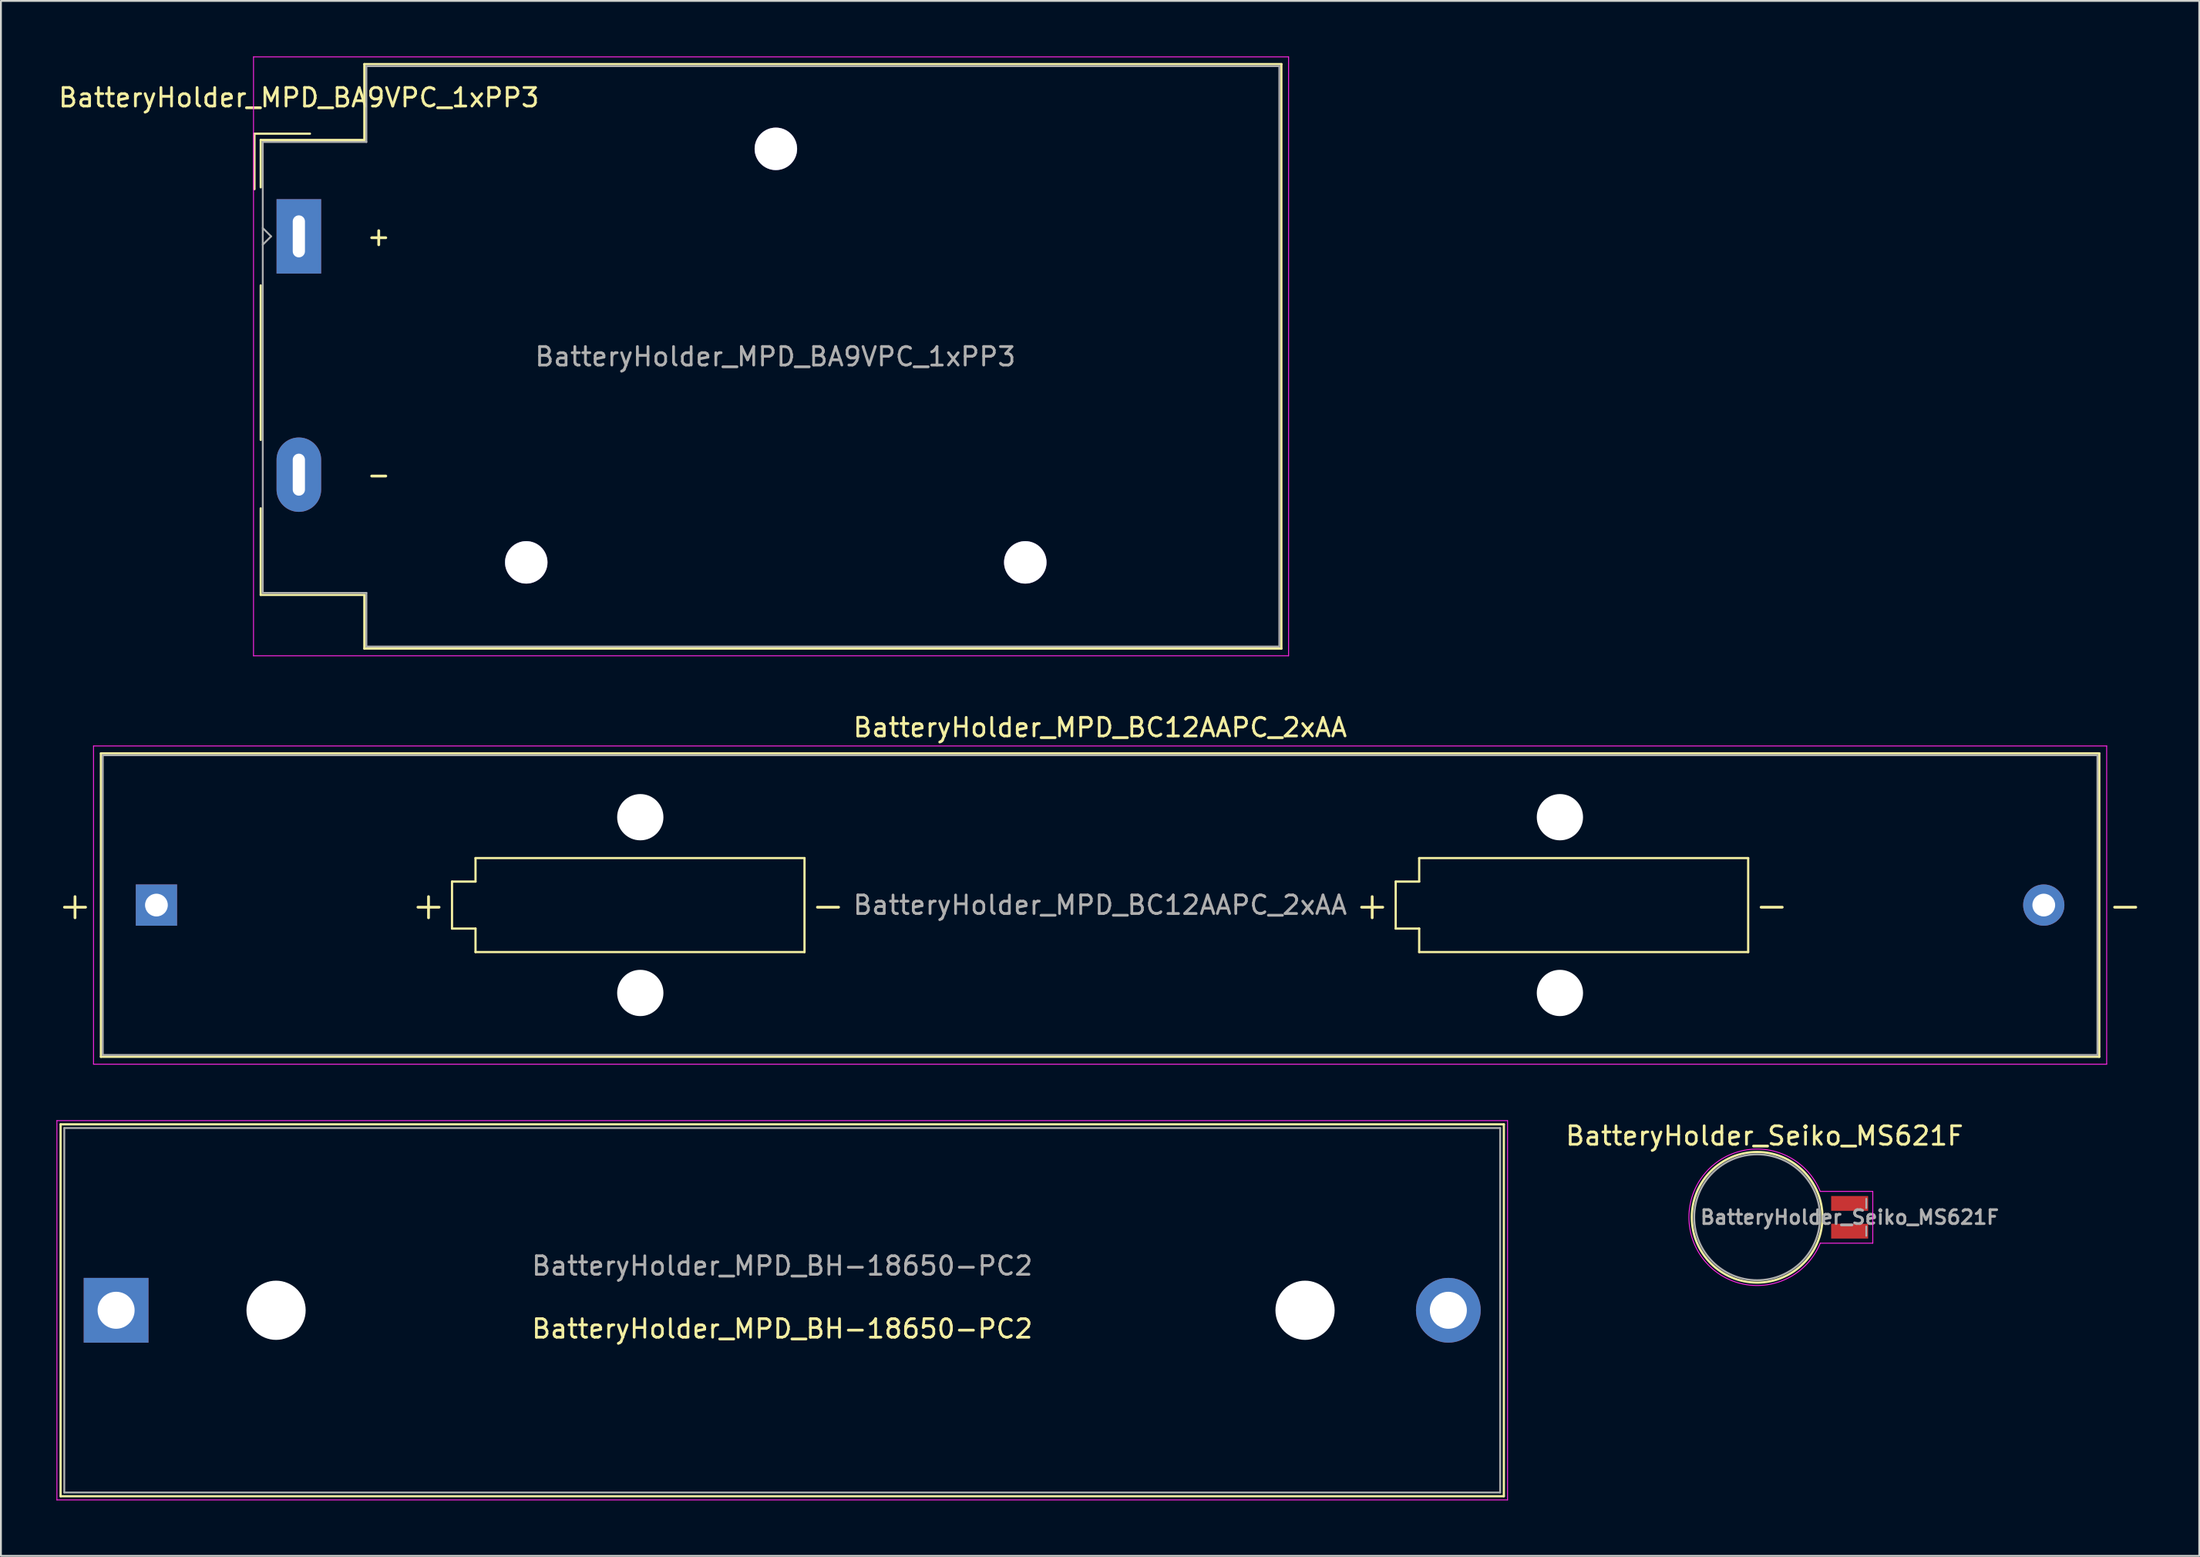
<source format=kicad_pcb>
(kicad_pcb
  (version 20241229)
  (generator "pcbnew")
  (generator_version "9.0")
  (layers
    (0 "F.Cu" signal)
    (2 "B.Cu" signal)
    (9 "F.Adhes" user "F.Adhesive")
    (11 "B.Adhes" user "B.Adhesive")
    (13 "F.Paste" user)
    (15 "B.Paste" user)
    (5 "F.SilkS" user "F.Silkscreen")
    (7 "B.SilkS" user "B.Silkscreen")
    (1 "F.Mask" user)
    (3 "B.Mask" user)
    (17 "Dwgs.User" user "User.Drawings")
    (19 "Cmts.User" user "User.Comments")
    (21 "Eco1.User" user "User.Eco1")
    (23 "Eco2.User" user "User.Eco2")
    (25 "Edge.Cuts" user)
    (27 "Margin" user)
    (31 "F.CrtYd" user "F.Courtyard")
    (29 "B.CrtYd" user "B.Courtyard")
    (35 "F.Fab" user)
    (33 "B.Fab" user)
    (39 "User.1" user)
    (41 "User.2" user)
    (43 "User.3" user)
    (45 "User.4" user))
  (footprint "BatteryHolder_MPD_BC12AAPC_2xAA"
    (layer "F.Cu")
    (at 5.404 45.868)
    (property "Reference" "BatteryHolder_MPD_BC12AAPC_2xAA" (at 51 -9.6 0) (layer "F.SilkS") (effects (font (size 1 1) (thickness 0.15))))
    (attr through_hole)
    (fp_line (start -3 -8.2) (end -3 8.2) (stroke (width 0.12) (type solid)) (layer "F.SilkS"))
    (fp_line (start -3 8.2) (end 105 8.2) (stroke (width 0.12) (type solid)) (layer "F.SilkS"))
    (fp_line (start 15.975 -1.27) (end 17.245 -1.27) (stroke (width 0.12) (type solid)) (layer "F.SilkS"))
    (fp_line (start 15.975 1.27) (end 15.975 -1.27) (stroke (width 0.12) (type solid)) (layer "F.SilkS"))
    (fp_line (start 17.245 -2.54) (end 35.025 -2.54) (stroke (width 0.12) (type solid)) (layer "F.SilkS"))
    (fp_line (start 17.245 -1.27) (end 17.245 -2.54) (stroke (width 0.12) (type solid)) (layer "F.SilkS"))
    (fp_line (start 17.245 1.27) (end 15.975 1.27) (stroke (width 0.12) (type solid)) (layer "F.SilkS"))
    (fp_line (start 17.245 2.54) (end 17.245 1.27) (stroke (width 0.12) (type solid)) (layer "F.SilkS"))
    (fp_line (start 35.025 -2.54) (end 35.025 2.54) (stroke (width 0.12) (type solid)) (layer "F.SilkS"))
    (fp_line (start 35.025 2.54) (end 17.245 2.54) (stroke (width 0.12) (type solid)) (layer "F.SilkS"))
    (fp_line (start 66.975 -1.27) (end 68.245 -1.27) (stroke (width 0.12) (type solid)) (layer "F.SilkS"))
    (fp_line (start 66.975 1.27) (end 66.975 -1.27) (stroke (width 0.12) (type solid)) (layer "F.SilkS"))
    (fp_line (start 68.245 -2.54) (end 86.025 -2.54) (stroke (width 0.12) (type solid)) (layer "F.SilkS"))
    (fp_line (start 68.245 -1.27) (end 68.245 -2.54) (stroke (width 0.12) (type solid)) (layer "F.SilkS"))
    (fp_line (start 68.245 1.27) (end 66.975 1.27) (stroke (width 0.12) (type solid)) (layer "F.SilkS"))
    (fp_line (start 68.245 2.54) (end 68.245 1.27) (stroke (width 0.12) (type solid)) (layer "F.SilkS"))
    (fp_line (start 86.025 -2.54) (end 86.025 2.54) (stroke (width 0.12) (type solid)) (layer "F.SilkS"))
    (fp_line (start 86.025 2.54) (end 68.245 2.54) (stroke (width 0.12) (type solid)) (layer "F.SilkS"))
    (fp_line (start 105 -8.2) (end -3 -8.2) (stroke (width 0.12) (type solid)) (layer "F.SilkS"))
    (fp_line (start 105 8.2) (end 105 -8.2) (stroke (width 0.12) (type solid)) (layer "F.SilkS"))
    (fp_line (start -3.4 -8.6) (end -3.4 8.6) (stroke (width 0.05) (type solid)) (layer "F.CrtYd"))
    (fp_line (start -3.4 8.6) (end 105.4 8.6) (stroke (width 0.05) (type solid)) (layer "F.CrtYd"))
    (fp_line (start 105.4 -8.6) (end -3.4 -8.6) (stroke (width 0.05) (type solid)) (layer "F.CrtYd"))
    (fp_line (start 105.4 8.6) (end 105.4 -8.6) (stroke (width 0.05) (type solid)) (layer "F.CrtYd"))
    (fp_line (start -2.9 -8.1) (end -2.9 8.1) (stroke (width 0.1) (type solid)) (layer "F.Fab"))
    (fp_line (start -2.9 8.1) (end 104.9 8.1) (stroke (width 0.1) (type solid)) (layer "F.Fab"))
    (fp_line (start 104.9 -8.1) (end -2.9 -8.1) (stroke (width 0.1) (type solid)) (layer "F.Fab"))
    (fp_line (start 104.9 8.1) (end 104.9 -8.1) (stroke (width 0.1) (type solid)) (layer "F.Fab"))
    (fp_text user "-" (at 106.4 0 0) (layer "F.SilkS") (effects (font (size 1.5 1.5) (thickness 0.15))))
    (fp_text user "+" (at 65.705 0 0) (layer "F.SilkS") (effects (font (size 1.5 1.5) (thickness 0.15))))
    (fp_text user "+" (at 14.705 0 0) (layer "F.SilkS") (effects (font (size 1.5 1.5) (thickness 0.15))))
    (fp_text user "-" (at 36.295 0 0) (layer "F.SilkS") (effects (font (size 1.5 1.5) (thickness 0.15))))
    (fp_text user "+" (at -4.4 0 0) (layer "F.SilkS") (effects (font (size 1.5 1.5) (thickness 0.15))))
    (fp_text user "-" (at 87.295 0 0) (layer "F.SilkS") (effects (font (size 1.5 1.5) (thickness 0.15))))
    (fp_text user "${REFERENCE}" (at 51 0 0) (layer "F.Fab") (effects (font (size 1 1) (thickness 0.15))))
    (pad "" np_thru_hole circle (at 26.15 -4.75) (size 2.5 2.5) (drill 2.5) (layers "*.Cu" "*.Mask"))
    (pad "" np_thru_hole circle (at 26.15 4.75) (size 2.5 2.5) (drill 2.5) (layers "*.Cu" "*.Mask"))
    (pad "" np_thru_hole circle (at 75.85 -4.75) (size 2.5 2.5) (drill 2.5) (layers "*.Cu" "*.Mask"))
    (pad "" np_thru_hole circle (at 75.85 4.75) (size 2.5 2.5) (drill 2.5) (layers "*.Cu" "*.Mask"))
    (pad "1" thru_hole rect (at 0 0) (size 2.23 2.23) (drill 1.23) (layers "*.Cu" "*.Mask"))
    (pad "2" thru_hole circle (at 102 0) (size 2.23 2.23) (drill 1.23) (layers "*.Cu" "*.Mask")))
  (footprint "BatteryHolder_MPD_BH-18650-PC2"
    (layer "F.Cu")
    (at 3.225 67.768)
    (property "Reference" "BatteryHolder_MPD_BH-18650-PC2" (at 36 1 0) (layer "F.SilkS") (effects (font (size 1 1) (thickness 0.15))))
    (attr through_hole)
    (fp_line (start -3 -10.05) (end 75 -10.05) (stroke (width 0.12) (type solid)) (layer "F.SilkS"))
    (fp_line (start -3 10.05) (end -3 -10.05) (stroke (width 0.12) (type solid)) (layer "F.SilkS"))
    (fp_line (start 75 -10.05) (end 75 10.05) (stroke (width 0.12) (type solid)) (layer "F.SilkS"))
    (fp_line (start 75 10.05) (end -3 10.05) (stroke (width 0.12) (type solid)) (layer "F.SilkS"))
    (fp_line (start -3.2 -10.25) (end 75.2 -10.25) (stroke (width 0.05) (type solid)) (layer "F.CrtYd"))
    (fp_line (start -3.2 10.25) (end -3.2 -10.25) (stroke (width 0.05) (type solid)) (layer "F.CrtYd"))
    (fp_line (start 75.2 -10.25) (end 75.2 10.25) (stroke (width 0.05) (type solid)) (layer "F.CrtYd"))
    (fp_line (start 75.2 10.25) (end -3.2 10.25) (stroke (width 0.05) (type solid)) (layer "F.CrtYd"))
    (fp_line (start -2.8 -9.85) (end 74.8 -9.85) (stroke (width 0.1) (type solid)) (layer "F.Fab"))
    (fp_line (start -2.8 9.85) (end -2.8 -9.85) (stroke (width 0.1) (type solid)) (layer "F.Fab"))
    (fp_line (start 74.8 -9.85) (end 74.8 9.85) (stroke (width 0.1) (type solid)) (layer "F.Fab"))
    (fp_line (start 74.8 9.85) (end -2.8 9.85) (stroke (width 0.1) (type solid)) (layer "F.Fab"))
    (fp_text user "${REFERENCE}" (at 36 -2.4 0) (layer "F.Fab") (effects (font (size 1 1) (thickness 0.15))))
    (pad "" np_thru_hole circle (at 8.645 0) (size 3.2 3.2) (drill 3.2) (layers "*.Cu" "*.Mask"))
    (pad "" np_thru_hole circle (at 64.255 0) (size 3.2 3.2) (drill 3.2) (layers "*.Cu" "*.Mask"))
    (pad "1" thru_hole rect (at 0 0) (size 3.5 3.5) (drill 2) (layers "*.Cu" "*.Mask"))
    (pad "2" thru_hole circle (at 72 0) (size 3.5 3.5) (drill 2) (layers "*.Cu" "*.Mask")))
  (footprint "BatteryHolder_MPD_BA9VPC_1xPP3"
    (layer "F.Cu")
    (at 13.101 9.725)
    (property "Reference" "BatteryHolder_MPD_BA9VPC_1xPP3" (at 0 -7.5 0) (layer "F.SilkS") (effects (font (size 1 1) (thickness 0.15))))
    (attr through_hole)
    (fp_line (start -2.4 -5.55) (end -2.4 -2.55) (stroke (width 0.12) (type solid)) (layer "F.SilkS"))
    (fp_line (start -2.4 -5.55) (end 0.6 -5.55) (stroke (width 0.12) (type solid)) (layer "F.SilkS"))
    (fp_line (start -2.06 -5.21) (end -2.06 -2.65) (stroke (width 0.12) (type solid)) (layer "F.SilkS"))
    (fp_line (start -2.06 2.65) (end -2.06 11) (stroke (width 0.12) (type solid)) (layer "F.SilkS"))
    (fp_line (start -2.06 19.38) (end -2.06 14.7) (stroke (width 0.12) (type solid)) (layer "F.SilkS"))
    (fp_line (start 3.54 -9.31) (end 3.54 -5.21) (stroke (width 0.12) (type solid)) (layer "F.SilkS"))
    (fp_line (start 3.54 -5.21) (end -2.06 -5.21) (stroke (width 0.12) (type solid)) (layer "F.SilkS"))
    (fp_line (start 3.54 19.38) (end -2.06 19.38) (stroke (width 0.12) (type solid)) (layer "F.SilkS"))
    (fp_line (start 3.54 22.28) (end 3.54 19.38) (stroke (width 0.12) (type solid)) (layer "F.SilkS"))
    (fp_line (start 53.1 -9.31) (end 3.54 -9.31) (stroke (width 0.12) (type solid)) (layer "F.SilkS"))
    (fp_line (start 53.1 22.28) (end 3.54 22.28) (stroke (width 0.12) (type solid)) (layer "F.SilkS"))
    (fp_line (start 53.1 22.28) (end 53.1 -9.31) (stroke (width 0.12) (type solid)) (layer "F.SilkS"))
    (fp_line (start -2.45 -9.7) (end -2.45 22.67) (stroke (width 0.05) (type solid)) (layer "F.CrtYd"))
    (fp_line (start -2.45 -9.7) (end 53.49 -9.7) (stroke (width 0.05) (type solid)) (layer "F.CrtYd"))
    (fp_line (start -2.45 22.67) (end 53.49 22.67) (stroke (width 0.05) (type solid)) (layer "F.CrtYd"))
    (fp_line (start 53.49 22.67) (end 53.49 -9.7) (stroke (width 0.05) (type solid)) (layer "F.CrtYd"))
    (fp_line (start -1.95 0.45) (end -1.5 0) (stroke (width 0.1) (type solid)) (layer "F.Fab"))
    (fp_line (start -1.95 19.27) (end -1.95 -5.1) (stroke (width 0.1) (type solid)) (layer "F.Fab"))
    (fp_line (start -1.5 0) (end -1.95 -0.45) (stroke (width 0.1) (type solid)) (layer "F.Fab"))
    (fp_line (start 3.65 -9.2) (end 52.99 -9.2) (stroke (width 0.1) (type solid)) (layer "F.Fab"))
    (fp_line (start 3.65 -5.1) (end -1.95 -5.1) (stroke (width 0.1) (type solid)) (layer "F.Fab"))
    (fp_line (start 3.65 -5.1) (end 3.65 -9.2) (stroke (width 0.1) (type solid)) (layer "F.Fab"))
    (fp_line (start 3.65 19.27) (end -1.95 19.27) (stroke (width 0.1) (type solid)) (layer "F.Fab"))
    (fp_line (start 3.65 22.17) (end 3.65 19.27) (stroke (width 0.1) (type solid)) (layer "F.Fab"))
    (fp_line (start 3.65 22.17) (end 52.99 22.17) (stroke (width 0.1) (type solid)) (layer "F.Fab"))
    (fp_line (start 52.99 22.17) (end 52.99 -9.2) (stroke (width 0.1) (type solid)) (layer "F.Fab"))
    (fp_text user "-" (at 3.6 12.88 0) (layer "F.SilkS") (effects (font (size 1 1) (thickness 0.15)) (justify left)))
    (fp_text user "+" (at 3.6 0 0) (layer "F.SilkS") (effects (font (size 1 1) (thickness 0.15)) (justify left)))
    (fp_text user "${REFERENCE}" (at 25.75 6.5 0) (layer "F.Fab") (effects (font (size 1 1) (thickness 0.15))))
    (pad "" np_thru_hole circle (at 12.29 17.62) (size 2.3 2.3) (drill 2.29) (layers "*.Cu" "*.Mask"))
    (pad "" np_thru_hole circle (at 25.78 -4.73) (size 2.3 2.3) (drill 2.29) (layers "*.Cu" "*.Mask"))
    (pad "" np_thru_hole circle (at 39.26 17.62) (size 2.3 2.3) (drill 2.29) (layers "*.Cu" "*.Mask"))
    (pad "1" thru_hole rect (at 0 0) (size 2.41 4.02) (drill oval 0.66 2.27) (layers "*.Cu" "*.Mask"))
    (pad "2" thru_hole oval (at 0 12.88) (size 2.41 4.02) (drill oval 0.66 2.27) (layers "*.Cu" "*.Mask")))
  (footprint "BatteryHolder_Seiko_MS621F"
    (layer "F.Cu")
    (at 96.913 62.742)
    (property "Reference" "BatteryHolder_Seiko_MS621F" (at -4.6 -4.4 0) (layer "F.SilkS") (effects (font (size 1 1) (thickness 0.15))))
    (attr smd)
    (fp_circle (center -5 0) (end -1.47 0) (stroke (width 0.12) (type solid)) (fill no) (layer "F.SilkS"))
    (fp_line (start -1.59 -1.4) (end 1.25 -1.4) (stroke (width 0.05) (type solid)) (layer "F.CrtYd"))
    (fp_line (start 1.25 -1.4) (end 1.25 1.4) (stroke (width 0.05) (type solid)) (layer "F.CrtYd"))
    (fp_line (start 1.25 1.4) (end -1.59 1.4) (stroke (width 0.05) (type solid)) (layer "F.CrtYd"))
    (fp_arc (start -1.59 1.4) (mid -8.686204 0.001869) (end -1.591421 -1.403457) (stroke (width 0.05) (type solid)) (layer "F.CrtYd"))
    (fp_line (start 0.9 -1) (end 0.9 -0.5) (stroke (width 0.1) (type solid)) (layer "F.Fab"))
    (fp_line (start 0.9 0.5) (end 0.9 1) (stroke (width 0.1) (type solid)) (layer "F.Fab"))
    (fp_circle (center -5 0) (end -1.6 0) (stroke (width 0.1) (type solid)) (fill no) (layer "F.Fab"))
    (fp_text user "${REFERENCE}" (at 0 0 0) (layer "F.Fab") (effects (font (size 0.75 0.75) (thickness 0.15))))
    (pad "1" smd rect (at 0 -0.75) (size 2 0.8) (layers "F.Cu" "F.Mask" "F.Paste"))
    (pad "2" smd rect (at 0 0.75) (size 2 0.8) (layers "F.Cu" "F.Mask" "F.Paste")))
  (gr_rect
    (start -3 -3)
    (end 115.807 81.043)
    (stroke (width 0.1) (type default))
    (fill no)
    (layer "Edge.Cuts")))
</source>
